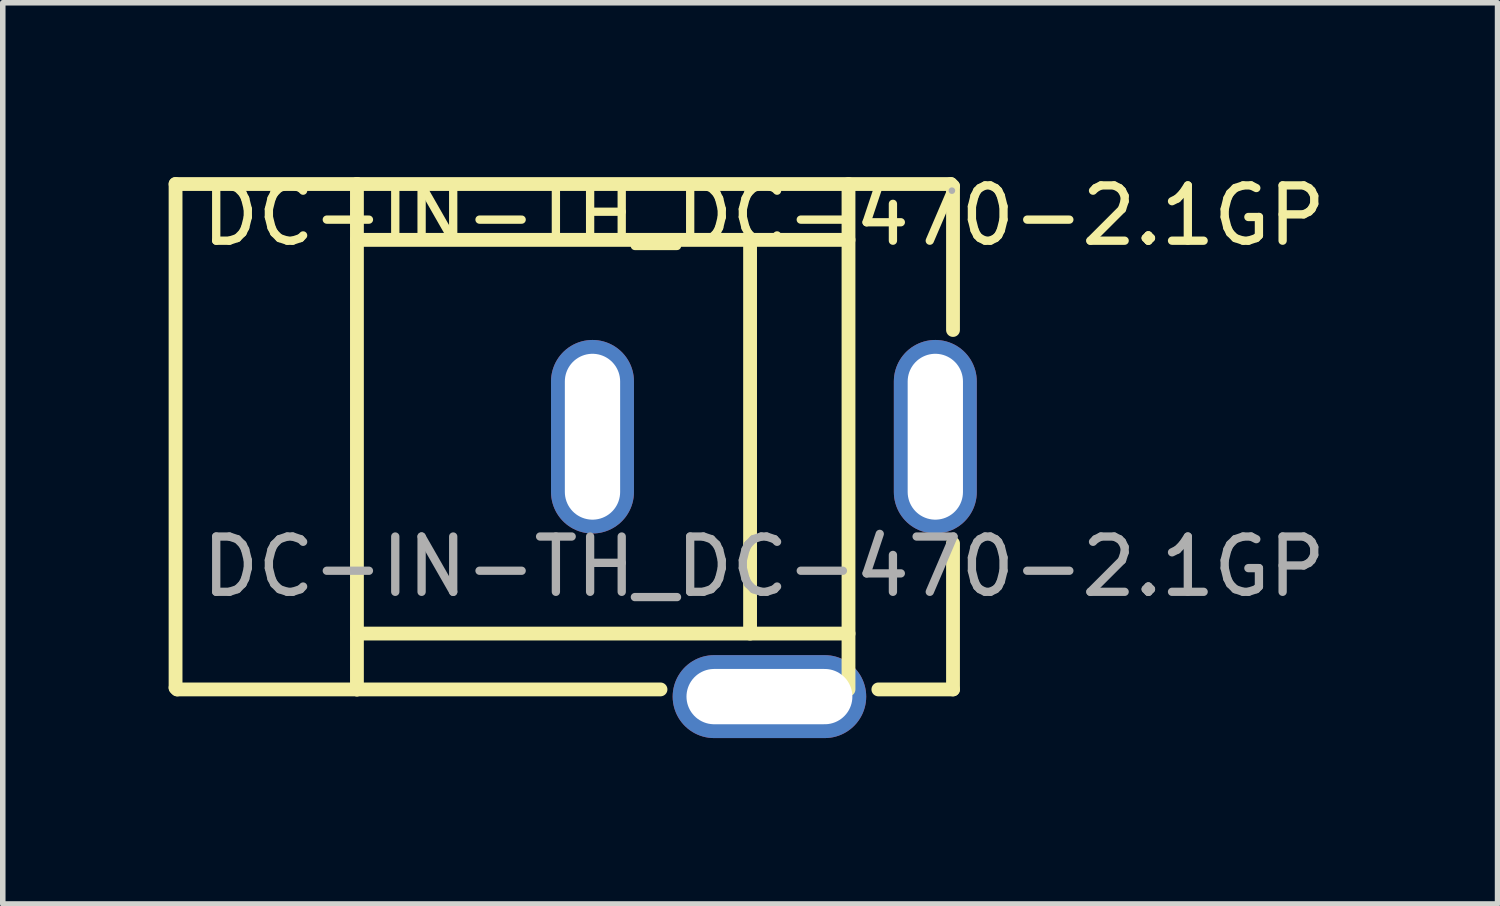
<source format=kicad_pcb>
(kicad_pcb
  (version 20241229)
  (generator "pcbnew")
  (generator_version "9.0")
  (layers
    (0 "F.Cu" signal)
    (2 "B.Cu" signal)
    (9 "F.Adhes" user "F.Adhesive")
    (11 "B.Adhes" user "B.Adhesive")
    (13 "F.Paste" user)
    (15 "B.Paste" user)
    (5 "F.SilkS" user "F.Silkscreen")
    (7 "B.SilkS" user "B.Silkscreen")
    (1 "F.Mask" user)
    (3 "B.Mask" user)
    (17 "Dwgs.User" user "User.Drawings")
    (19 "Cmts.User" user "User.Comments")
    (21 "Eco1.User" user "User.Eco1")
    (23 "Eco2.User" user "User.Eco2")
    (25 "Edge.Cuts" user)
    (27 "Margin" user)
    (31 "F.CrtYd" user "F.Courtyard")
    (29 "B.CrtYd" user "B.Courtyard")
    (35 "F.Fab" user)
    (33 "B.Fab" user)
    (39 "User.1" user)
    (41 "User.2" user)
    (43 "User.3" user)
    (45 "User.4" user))
  (footprint "DC-IN-TH_DC-470-2.1GP"
    (layer "F.Cu")
    (at 10.765 7.198)
    (property "Reference" "DC-IN-TH_DC-470-2.1GP" (at 0 -6.35 0) (layer "F.SilkS") (effects (font (size 1 1) (thickness 0.15))))
    (attr through_hole)
    (fp_line (start -10.64 -6.92) (end -10.64 2.19) (stroke (width 0.25) (type solid)) (layer "F.SilkS"))
    (fp_line (start -10.64 2.19) (end -10.61 2.22) (stroke (width 0.25) (type solid)) (layer "F.SilkS"))
    (fp_line (start -10.61 2.22) (end -7.36 2.22) (stroke (width 0.25) (type solid)) (layer "F.SilkS"))
    (fp_line (start -7.36 -6.92) (end -10.64 -6.92) (stroke (width 0.25) (type solid)) (layer "F.SilkS"))
    (fp_line (start -7.36 -6.92) (end -7.36 2.22) (stroke (width 0.25) (type solid)) (layer "F.SilkS"))
    (fp_line (start -7.36 -6.92) (end 3.38 -6.92) (stroke (width 0.25) (type solid)) (layer "F.SilkS"))
    (fp_line (start -7.36 -5.91) (end 1.53 -5.91) (stroke (width 0.25) (type solid)) (layer "F.SilkS"))
    (fp_line (start -7.36 1.21) (end 1.53 1.21) (stroke (width 0.25) (type solid)) (layer "F.SilkS"))
    (fp_line (start -7.36 2.22) (end -1.87 2.22) (stroke (width 0.25) (type solid)) (layer "F.SilkS"))
    (fp_line (start -0.25 -5.91) (end -0.25 1.21) (stroke (width 0.25) (type solid)) (layer "F.SilkS"))
    (fp_line (start 1.53 -6.92) (end 1.53 2.22) (stroke (width 0.25) (type solid)) (layer "F.SilkS"))
    (fp_line (start 2.07 2.22) (end 3.42 2.22) (stroke (width 0.25) (type solid)) (layer "F.SilkS"))
    (fp_line (start 3.38 -6.92) (end 3.42 -6.88) (stroke (width 0.25) (type solid)) (layer "F.SilkS"))
    (fp_line (start 3.42 -6.88) (end 3.42 -4.28) (stroke (width 0.25) (type solid)) (layer "F.SilkS"))
    (fp_line (start 3.42 2.22) (end 3.42 -0.42) (stroke (width 0.25) (type solid)) (layer "F.SilkS"))
    (fp_circle (center 3.4 -6.8) (end 3.43 -6.8) (stroke (width 0.06) (type solid)) (fill no) (layer "F.Fab"))
    (fp_text user "${REFERENCE}" (at 0 0 0) (layer "F.Fab") (effects (font (size 1 1) (thickness 0.15))))
    (pad "1" thru_hole oval (at 3.1 -2.35) (size 1.5 3.5) (drill oval 1 3) (layers "*.Cu" "*.Mask"))
    (pad "2" thru_hole oval (at -3.1 -2.35) (size 1.5 3.5) (drill oval 1 3) (layers "*.Cu" "*.Mask"))
    (pad "3" thru_hole oval (at 0.1 2.35) (size 3.5 1.5) (drill oval 3 1) (layers "*.Cu" "*.Mask")))
  (gr_rect
    (start -3 -3)
    (end 24.033 13.298)
    (stroke (width 0.1) (type default))
    (fill no)
    (layer "Edge.Cuts")))
</source>
